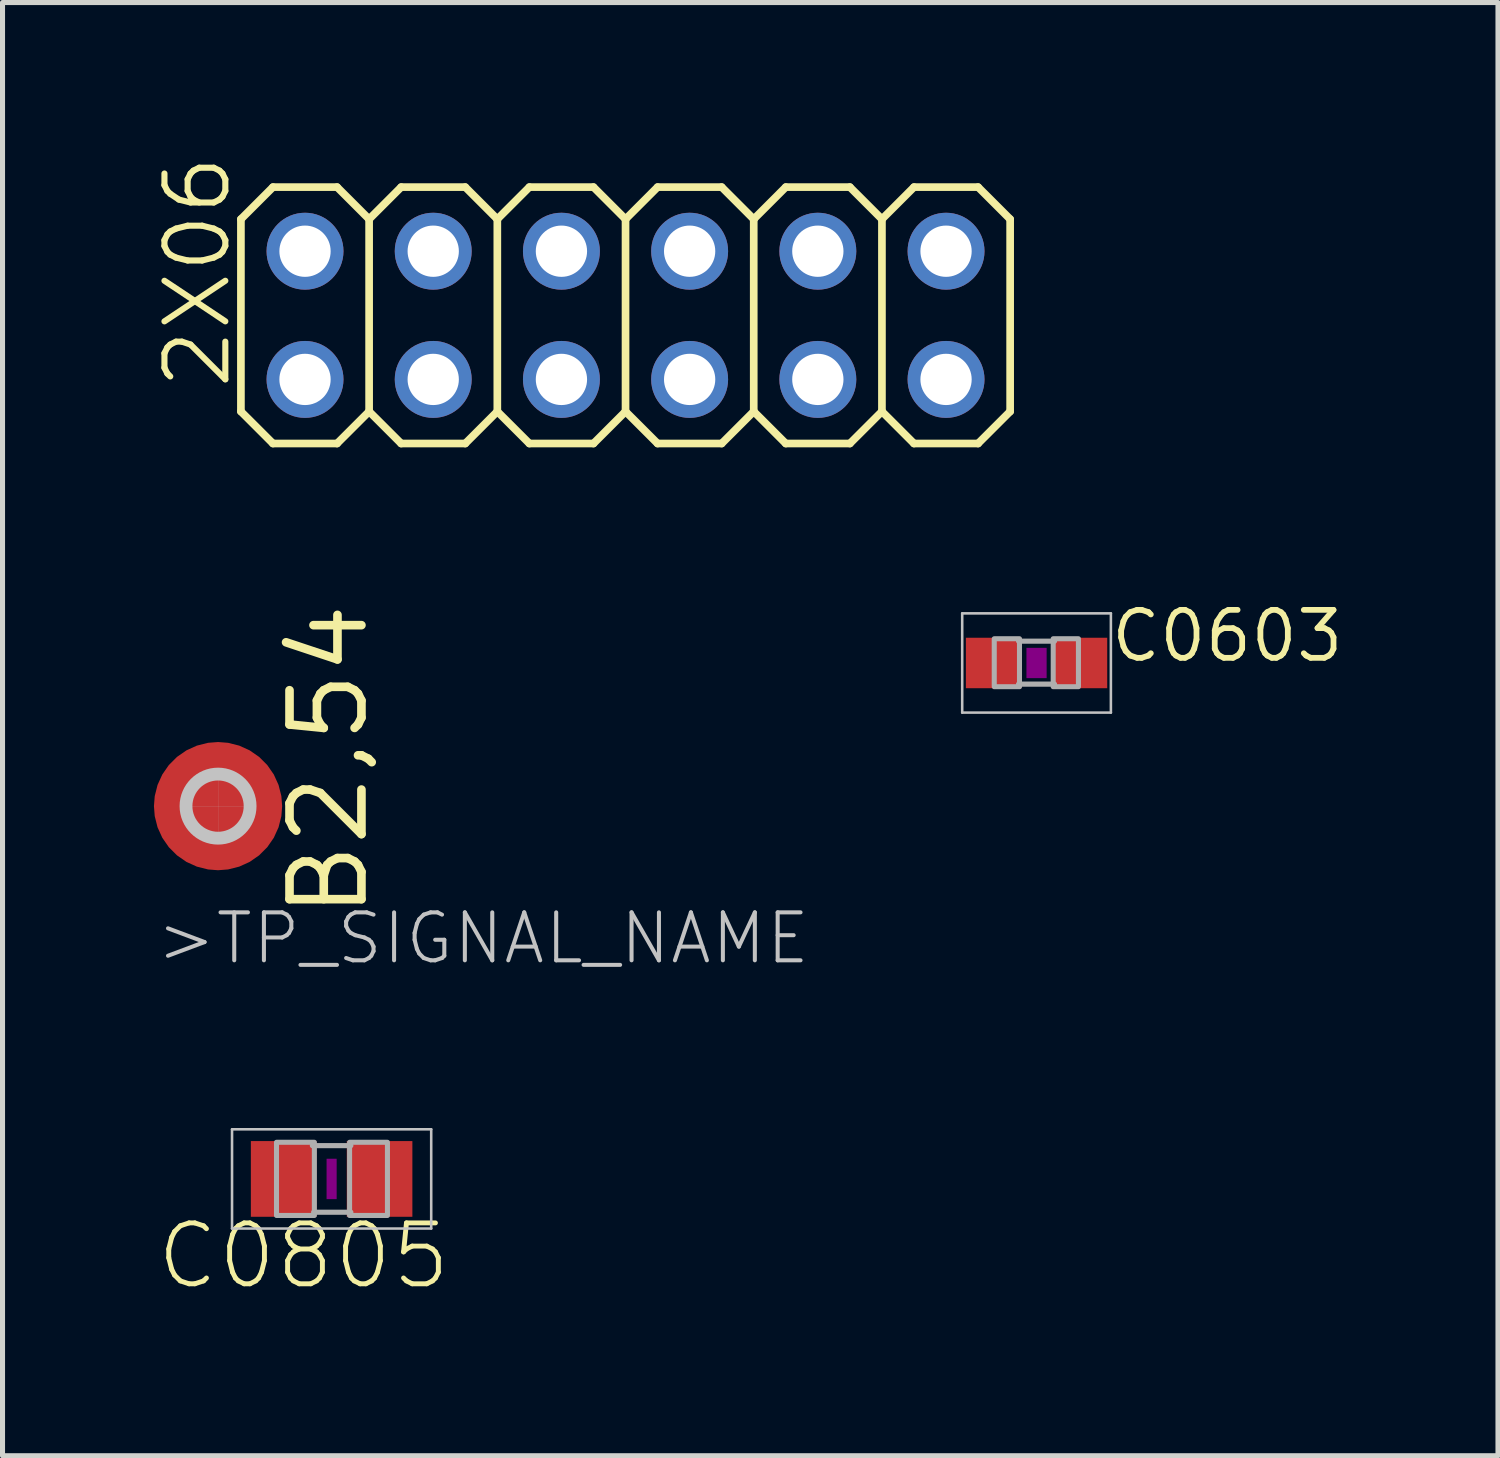
<source format=kicad_pcb>
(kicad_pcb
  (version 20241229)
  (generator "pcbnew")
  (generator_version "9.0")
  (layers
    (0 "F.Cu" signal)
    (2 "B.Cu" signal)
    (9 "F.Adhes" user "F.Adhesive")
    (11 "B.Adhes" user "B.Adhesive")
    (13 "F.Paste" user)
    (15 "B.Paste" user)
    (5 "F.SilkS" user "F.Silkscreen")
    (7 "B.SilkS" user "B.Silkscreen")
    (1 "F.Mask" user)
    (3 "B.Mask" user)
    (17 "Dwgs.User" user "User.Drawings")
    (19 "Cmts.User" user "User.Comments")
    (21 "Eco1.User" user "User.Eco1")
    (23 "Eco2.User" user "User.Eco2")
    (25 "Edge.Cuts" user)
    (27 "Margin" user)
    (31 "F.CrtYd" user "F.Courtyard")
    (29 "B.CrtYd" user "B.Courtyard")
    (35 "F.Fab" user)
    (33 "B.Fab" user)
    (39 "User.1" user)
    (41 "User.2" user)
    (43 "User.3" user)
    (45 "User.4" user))
  (footprint "C0805"
    (layer "F.Cu")
    (at 3.52 20.307)
    (property "Reference" "C0805" (at -3.52 2.23 180) (layer "F.SilkS") (effects (font (size 1.206 1.206) (thickness 0.097)) (justify left bottom)))
    (attr through_hole)
    (fp_poly (pts (xy -0.1 0.4) (xy 0.1 0.4) (xy 0.1 -0.4) (xy -0.1 -0.4)) (stroke (width 0) (type solid)) (fill yes) (layer "F.Adhes"))
    (fp_line (start -1.973 -0.983) (end 1.973 -0.983) (stroke (width 0.051) (type solid)) (layer "Dwgs.User"))
    (fp_line (start -1.973 0.983) (end -1.973 -0.983) (stroke (width 0.051) (type solid)) (layer "Dwgs.User"))
    (fp_line (start 1.973 -0.983) (end 1.973 0.983) (stroke (width 0.051) (type solid)) (layer "Dwgs.User"))
    (fp_line (start 1.973 0.983) (end -1.973 0.983) (stroke (width 0.051) (type solid)) (layer "Dwgs.User"))
    (fp_line (start -0.381 -0.66) (end 0.381 -0.66) (stroke (width 0.102) (type solid)) (layer "F.Fab"))
    (fp_line (start -0.356 0.66) (end 0.381 0.66) (stroke (width 0.102) (type solid)) (layer "F.Fab"))
    (fp_poly (pts (xy -1.092 0.724) (xy -0.342 0.724) (xy -0.342 -0.726) (xy -1.092 -0.726)) (stroke (width 0.1) (type solid)) (fill no) (layer "F.Fab"))
    (fp_poly (pts (xy 0.356 0.724) (xy 1.106 0.724) (xy 1.106 -0.726) (xy 0.356 -0.726)) (stroke (width 0.1) (type solid)) (fill no) (layer "F.Fab"))
    (pad "1" smd rect (at -0.95 0) (size 1.3 1.5) (layers "F.Cu" "F.Mask" "F.Paste"))
    (pad "2" smd rect (at 0.95 0) (size 1.3 1.5) (layers "F.Cu" "F.Mask" "F.Paste")))
  (footprint "2X06"
    (layer "F.Cu")
    (at 9.343 3.197)
    (property "Reference" "2X06" (at -7.775 1.52 90) (layer "F.SilkS") (effects (font (size 1.206 1.206) (thickness 0.121)) (justify left bottom)))
    (attr through_hole)
    (fp_line (start -7.62 -1.905) (end -6.985 -2.54) (stroke (width 0.152) (type solid)) (layer "F.SilkS"))
    (fp_line (start -7.62 1.905) (end -7.62 -1.905) (stroke (width 0.152) (type solid)) (layer "F.SilkS"))
    (fp_line (start -7.62 1.905) (end -6.985 2.54) (stroke (width 0.152) (type solid)) (layer "F.SilkS"))
    (fp_line (start -6.985 -2.54) (end -5.715 -2.54) (stroke (width 0.152) (type solid)) (layer "F.SilkS"))
    (fp_line (start -6.985 2.54) (end -5.715 2.54) (stroke (width 0.152) (type solid)) (layer "F.SilkS"))
    (fp_line (start -5.715 -2.54) (end -5.08 -1.905) (stroke (width 0.152) (type solid)) (layer "F.SilkS"))
    (fp_line (start -5.715 2.54) (end -5.08 1.905) (stroke (width 0.152) (type solid)) (layer "F.SilkS"))
    (fp_line (start -5.08 -1.905) (end -5.08 1.905) (stroke (width 0.152) (type solid)) (layer "F.SilkS"))
    (fp_line (start -5.08 -1.905) (end -4.445 -2.54) (stroke (width 0.152) (type solid)) (layer "F.SilkS"))
    (fp_line (start -5.08 1.905) (end -4.445 2.54) (stroke (width 0.152) (type solid)) (layer "F.SilkS"))
    (fp_line (start -4.445 -2.54) (end -3.175 -2.54) (stroke (width 0.152) (type solid)) (layer "F.SilkS"))
    (fp_line (start -4.445 2.54) (end -3.175 2.54) (stroke (width 0.152) (type solid)) (layer "F.SilkS"))
    (fp_line (start -3.175 -2.54) (end -2.54 -1.905) (stroke (width 0.152) (type solid)) (layer "F.SilkS"))
    (fp_line (start -3.175 2.54) (end -2.54 1.905) (stroke (width 0.152) (type solid)) (layer "F.SilkS"))
    (fp_line (start -2.54 -1.905) (end -2.54 1.905) (stroke (width 0.152) (type solid)) (layer "F.SilkS"))
    (fp_line (start -2.54 -1.905) (end -1.905 -2.54) (stroke (width 0.152) (type solid)) (layer "F.SilkS"))
    (fp_line (start -2.54 1.905) (end -1.905 2.54) (stroke (width 0.152) (type solid)) (layer "F.SilkS"))
    (fp_line (start -1.905 -2.54) (end -0.635 -2.54) (stroke (width 0.152) (type solid)) (layer "F.SilkS"))
    (fp_line (start -1.905 2.54) (end -0.635 2.54) (stroke (width 0.152) (type solid)) (layer "F.SilkS"))
    (fp_line (start -0.635 -2.54) (end 0 -1.905) (stroke (width 0.152) (type solid)) (layer "F.SilkS"))
    (fp_line (start -0.635 2.54) (end 0 1.905) (stroke (width 0.152) (type solid)) (layer "F.SilkS"))
    (fp_line (start 0 -1.905) (end 0 1.905) (stroke (width 0.152) (type solid)) (layer "F.SilkS"))
    (fp_line (start 0 -1.905) (end 0.635 -2.54) (stroke (width 0.152) (type solid)) (layer "F.SilkS"))
    (fp_line (start 0 1.905) (end 0.635 2.54) (stroke (width 0.152) (type solid)) (layer "F.SilkS"))
    (fp_line (start 0.635 -2.54) (end 1.905 -2.54) (stroke (width 0.152) (type solid)) (layer "F.SilkS"))
    (fp_line (start 0.635 2.54) (end 1.905 2.54) (stroke (width 0.152) (type solid)) (layer "F.SilkS"))
    (fp_line (start 1.905 -2.54) (end 2.54 -1.905) (stroke (width 0.152) (type solid)) (layer "F.SilkS"))
    (fp_line (start 1.905 2.54) (end 2.54 1.905) (stroke (width 0.152) (type solid)) (layer "F.SilkS"))
    (fp_line (start 2.54 -1.905) (end 2.54 1.905) (stroke (width 0.152) (type solid)) (layer "F.SilkS"))
    (fp_line (start 2.54 -1.905) (end 3.175 -2.54) (stroke (width 0.152) (type solid)) (layer "F.SilkS"))
    (fp_line (start 2.54 1.905) (end 3.175 2.54) (stroke (width 0.152) (type solid)) (layer "F.SilkS"))
    (fp_line (start 3.175 -2.54) (end 4.445 -2.54) (stroke (width 0.152) (type solid)) (layer "F.SilkS"))
    (fp_line (start 3.175 2.54) (end 4.445 2.54) (stroke (width 0.152) (type solid)) (layer "F.SilkS"))
    (fp_line (start 4.445 -2.54) (end 5.08 -1.905) (stroke (width 0.152) (type solid)) (layer "F.SilkS"))
    (fp_line (start 4.445 2.54) (end 5.08 1.905) (stroke (width 0.152) (type solid)) (layer "F.SilkS"))
    (fp_line (start 5.08 -1.905) (end 5.08 1.905) (stroke (width 0.152) (type solid)) (layer "F.SilkS"))
    (fp_line (start 5.08 -1.905) (end 5.715 -2.54) (stroke (width 0.152) (type solid)) (layer "F.SilkS"))
    (fp_line (start 5.08 1.905) (end 5.715 2.54) (stroke (width 0.152) (type solid)) (layer "F.SilkS"))
    (fp_line (start 5.715 -2.54) (end 6.985 -2.54) (stroke (width 0.152) (type solid)) (layer "F.SilkS"))
    (fp_line (start 5.715 2.54) (end 6.985 2.54) (stroke (width 0.152) (type solid)) (layer "F.SilkS"))
    (fp_line (start 6.985 -2.54) (end 7.62 -1.905) (stroke (width 0.152) (type solid)) (layer "F.SilkS"))
    (fp_line (start 6.985 2.54) (end 7.62 1.905) (stroke (width 0.152) (type solid)) (layer "F.SilkS"))
    (fp_line (start 7.62 -1.905) (end 7.62 1.905) (stroke (width 0.152) (type solid)) (layer "F.SilkS"))
    (fp_poly (pts (xy -6.604 -1.016) (xy -6.096 -1.016) (xy -6.096 -1.524) (xy -6.604 -1.524)) (stroke (width 0.1) (type solid)) (fill no) (layer "F.Fab"))
    (fp_poly (pts (xy -6.604 1.524) (xy -6.096 1.524) (xy -6.096 1.016) (xy -6.604 1.016)) (stroke (width 0.1) (type solid)) (fill no) (layer "F.Fab"))
    (fp_poly (pts (xy -4.064 -1.016) (xy -3.556 -1.016) (xy -3.556 -1.524) (xy -4.064 -1.524)) (stroke (width 0.1) (type solid)) (fill no) (layer "F.Fab"))
    (fp_poly (pts (xy -4.064 1.524) (xy -3.556 1.524) (xy -3.556 1.016) (xy -4.064 1.016)) (stroke (width 0.1) (type solid)) (fill no) (layer "F.Fab"))
    (fp_poly (pts (xy -1.524 -1.016) (xy -1.016 -1.016) (xy -1.016 -1.524) (xy -1.524 -1.524)) (stroke (width 0.1) (type solid)) (fill no) (layer "F.Fab"))
    (fp_poly (pts (xy -1.524 1.524) (xy -1.016 1.524) (xy -1.016 1.016) (xy -1.524 1.016)) (stroke (width 0.1) (type solid)) (fill no) (layer "F.Fab"))
    (fp_poly (pts (xy 1.016 -1.016) (xy 1.524 -1.016) (xy 1.524 -1.524) (xy 1.016 -1.524)) (stroke (width 0.1) (type solid)) (fill no) (layer "F.Fab"))
    (fp_poly (pts (xy 1.016 1.524) (xy 1.524 1.524) (xy 1.524 1.016) (xy 1.016 1.016)) (stroke (width 0.1) (type solid)) (fill no) (layer "F.Fab"))
    (fp_poly (pts (xy 3.556 -1.016) (xy 4.064 -1.016) (xy 4.064 -1.524) (xy 3.556 -1.524)) (stroke (width 0.1) (type solid)) (fill no) (layer "F.Fab"))
    (fp_poly (pts (xy 3.556 1.524) (xy 4.064 1.524) (xy 4.064 1.016) (xy 3.556 1.016)) (stroke (width 0.1) (type solid)) (fill no) (layer "F.Fab"))
    (fp_poly (pts (xy 6.096 -1.016) (xy 6.604 -1.016) (xy 6.604 -1.524) (xy 6.096 -1.524)) (stroke (width 0.1) (type solid)) (fill no) (layer "F.Fab"))
    (fp_poly (pts (xy 6.096 1.524) (xy 6.604 1.524) (xy 6.604 1.016) (xy 6.096 1.016)) (stroke (width 0.1) (type solid)) (fill no) (layer "F.Fab"))
    (pad "1" thru_hole circle (at -6.35 1.27) (size 1.524 1.524) (drill 1.016) (layers "*.Cu" "*.Mask"))
    (pad "2" thru_hole circle (at -6.35 -1.27) (size 1.524 1.524) (drill 1.016) (layers "*.Cu" "*.Mask"))
    (pad "3" thru_hole circle (at -3.81 1.27) (size 1.524 1.524) (drill 1.016) (layers "*.Cu" "*.Mask"))
    (pad "4" thru_hole circle (at -3.81 -1.27) (size 1.524 1.524) (drill 1.016) (layers "*.Cu" "*.Mask"))
    (pad "5" thru_hole circle (at -1.27 1.27) (size 1.524 1.524) (drill 1.016) (layers "*.Cu" "*.Mask"))
    (pad "6" thru_hole circle (at -1.27 -1.27) (size 1.524 1.524) (drill 1.016) (layers "*.Cu" "*.Mask"))
    (pad "7" thru_hole circle (at 1.27 1.27) (size 1.524 1.524) (drill 1.016) (layers "*.Cu" "*.Mask"))
    (pad "8" thru_hole circle (at 1.27 -1.27) (size 1.524 1.524) (drill 1.016) (layers "*.Cu" "*.Mask"))
    (pad "9" thru_hole circle (at 3.81 1.27) (size 1.524 1.524) (drill 1.016) (layers "*.Cu" "*.Mask"))
    (pad "10" thru_hole circle (at 3.81 -1.27) (size 1.524 1.524) (drill 1.016) (layers "*.Cu" "*.Mask"))
    (pad "11" thru_hole circle (at 6.35 1.27) (size 1.524 1.524) (drill 1.016) (layers "*.Cu" "*.Mask"))
    (pad "12" thru_hole circle (at 6.35 -1.27) (size 1.524 1.524) (drill 1.016) (layers "*.Cu" "*.Mask")))
  (footprint "B2,54"
    (layer "F.Cu")
    (at 1.27 12.921)
    (property "Reference" "B2,54" (at 3.024 2.295 270) (layer "F.SilkS") (effects (font (size 1.425 1.425) (thickness 0.171)) (justify left bottom)))
    (attr through_hole)
    (fp_line (start -0.635 0) (end 0.635 0) (stroke (width 0.002) (type solid)) (layer "Dwgs.User"))
    (fp_line (start 0 0.635) (end 0 -0.635) (stroke (width 0.002) (type solid)) (layer "Dwgs.User"))
    (fp_circle (center 0 0) (end 0.635 0) (stroke (width 0.254) (type solid)) (fill no) (layer "Dwgs.User"))
    (fp_text user ">TP_SIGNAL_NAME" (at -1.27 3.175 0) (layer "Dwgs.User") (effects (font (size 0.95 0.95) (thickness 0.08)) (justify left bottom)))
    (pad "TP" smd roundrect (at 0 0) (size 2.54 2.54) (layers "F.Cu" "F.Mask") (roundrect_rratio 0.5)))
  (footprint "C0603"
    (layer "F.Cu")
    (at 17.486 10.085)
    (property "Reference" "C0603" (at 1.42 0.02 180) (layer "F.SilkS") (effects (font (size 0.95 0.95) (thickness 0.114)) (justify left bottom)))
    (attr through_hole)
    (fp_poly (pts (xy -0.2 0.3) (xy 0.2 0.3) (xy 0.2 -0.3) (xy -0.2 -0.3)) (stroke (width 0) (type solid)) (fill yes) (layer "F.Adhes"))
    (fp_line (start -1.473 -0.983) (end 1.473 -0.983) (stroke (width 0.051) (type solid)) (layer "Dwgs.User"))
    (fp_line (start -1.473 0.983) (end -1.473 -0.983) (stroke (width 0.051) (type solid)) (layer "Dwgs.User"))
    (fp_line (start 1.473 -0.983) (end 1.473 0.983) (stroke (width 0.051) (type solid)) (layer "Dwgs.User"))
    (fp_line (start 1.473 0.983) (end -1.473 0.983) (stroke (width 0.051) (type solid)) (layer "Dwgs.User"))
    (fp_line (start -0.356 -0.432) (end 0.356 -0.432) (stroke (width 0.102) (type solid)) (layer "F.Fab"))
    (fp_line (start -0.356 0.419) (end 0.356 0.419) (stroke (width 0.102) (type solid)) (layer "F.Fab"))
    (fp_poly (pts (xy -0.838 0.47) (xy -0.338 0.47) (xy -0.338 -0.48) (xy -0.838 -0.48)) (stroke (width 0.1) (type solid)) (fill no) (layer "F.Fab"))
    (fp_poly (pts (xy 0.33 0.47) (xy 0.83 0.47) (xy 0.83 -0.48) (xy 0.33 -0.48)) (stroke (width 0.1) (type solid)) (fill no) (layer "F.Fab"))
    (pad "1" smd rect (at -0.85 0) (size 1.1 1) (layers "F.Cu" "F.Mask" "F.Paste"))
    (pad "2" smd rect (at 0.85 0) (size 1.1 1) (layers "F.Cu" "F.Mask" "F.Paste")))
  (gr_rect
    (start -3 -3)
    (end 26.628 25.791)
    (stroke (width 0.1) (type default))
    (fill no)
    (layer "Edge.Cuts")))
</source>
